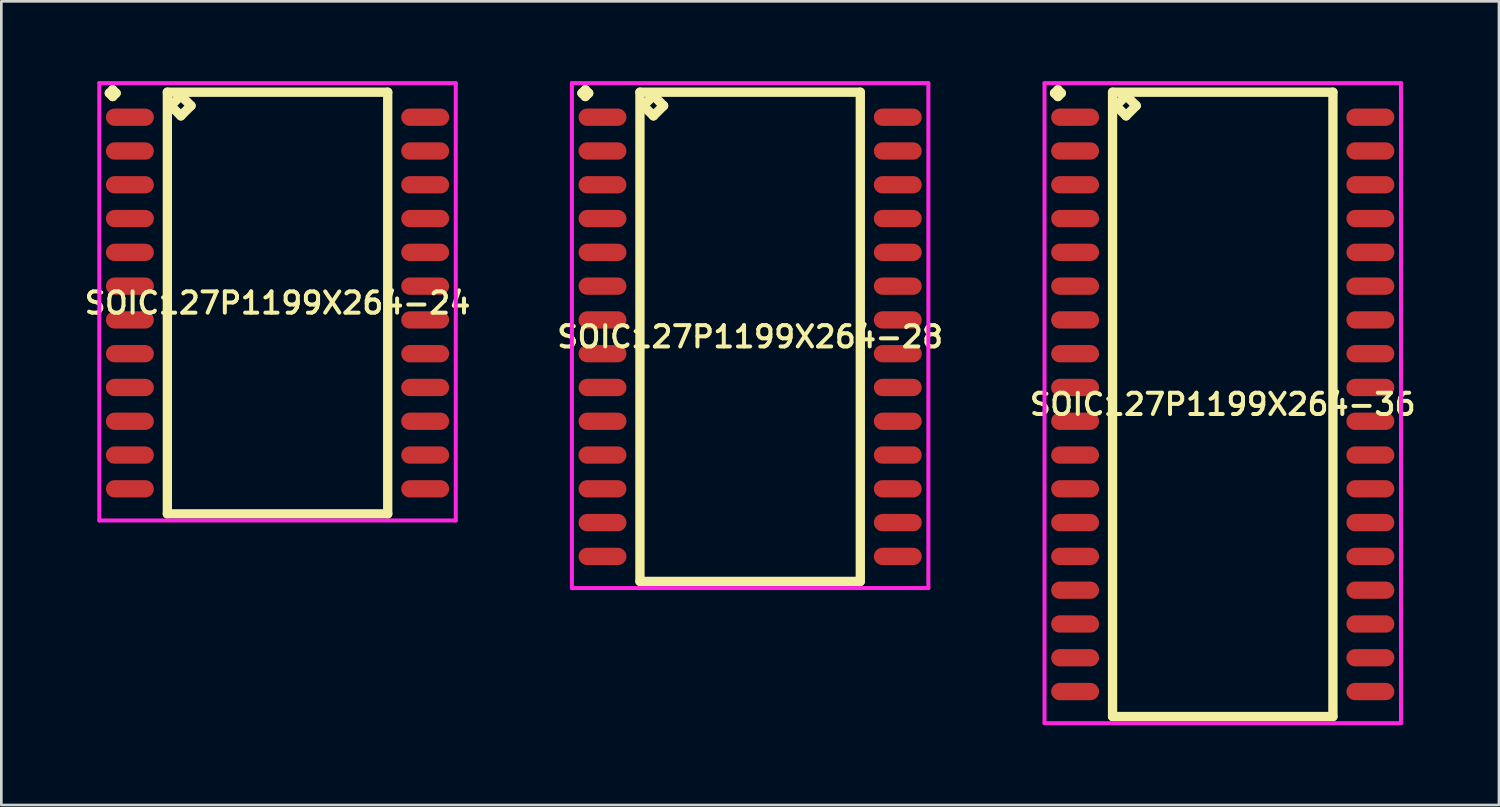
<source format=kicad_pcb>
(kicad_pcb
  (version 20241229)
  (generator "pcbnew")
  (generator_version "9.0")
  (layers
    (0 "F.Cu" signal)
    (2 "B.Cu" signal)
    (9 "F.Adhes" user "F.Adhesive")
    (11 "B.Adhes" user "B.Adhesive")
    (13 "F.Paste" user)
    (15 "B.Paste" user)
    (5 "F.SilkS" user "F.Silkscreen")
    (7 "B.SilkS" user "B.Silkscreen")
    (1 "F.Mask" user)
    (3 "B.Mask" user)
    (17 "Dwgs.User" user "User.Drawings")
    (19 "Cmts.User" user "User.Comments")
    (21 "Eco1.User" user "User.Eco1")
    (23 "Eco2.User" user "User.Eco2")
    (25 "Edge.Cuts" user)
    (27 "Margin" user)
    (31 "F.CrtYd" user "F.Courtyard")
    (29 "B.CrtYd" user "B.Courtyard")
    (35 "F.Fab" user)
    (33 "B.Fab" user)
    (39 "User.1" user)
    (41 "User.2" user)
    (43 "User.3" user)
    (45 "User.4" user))
  (footprint "SOIC127P1199X264-24"
    (layer "F.Cu")
    (at 7.383 8.341)
    (property "Reference" "SOIC127P1199X264-24" (at 0 0 0) (layer "F.SilkS") (effects (font (size 0.8 0.8) (thickness 0.15))))
    (attr through_hole)
    (fp_line (start -6.323 -7.889) (end -6.196 -8.016) (stroke (width 0.35) (type solid)) (layer "F.SilkS"))
    (fp_line (start -6.196 -8.016) (end -6.069 -7.889) (stroke (width 0.35) (type solid)) (layer "F.SilkS"))
    (fp_line (start -6.196 -7.762) (end -6.323 -7.889) (stroke (width 0.35) (type solid)) (layer "F.SilkS"))
    (fp_line (start -6.069 -7.889) (end -6.196 -7.762) (stroke (width 0.35) (type solid)) (layer "F.SilkS"))
    (fp_line (start -4.142 -7.925) (end -4.142 7.925) (stroke (width 0.35) (type solid)) (layer "F.SilkS"))
    (fp_line (start -4.142 7.925) (end 4.142 7.925) (stroke (width 0.35) (type solid)) (layer "F.SilkS"))
    (fp_line (start -4.015 -7.417) (end -3.634 -7.798) (stroke (width 0.35) (type solid)) (layer "F.SilkS"))
    (fp_line (start -3.634 -7.798) (end -3.253 -7.417) (stroke (width 0.35) (type solid)) (layer "F.SilkS"))
    (fp_line (start -3.634 -7.036) (end -4.015 -7.417) (stroke (width 0.35) (type solid)) (layer "F.SilkS"))
    (fp_line (start -3.253 -7.417) (end -3.634 -7.036) (stroke (width 0.35) (type solid)) (layer "F.SilkS"))
    (fp_line (start 4.142 -7.925) (end -4.142 -7.925) (stroke (width 0.35) (type solid)) (layer "F.SilkS"))
    (fp_line (start 4.142 7.925) (end 4.142 -7.925) (stroke (width 0.35) (type solid)) (layer "F.SilkS"))
    (fp_line (start -6.7 -8.266) (end 6.7 -8.266) (stroke (width 0.15) (type solid)) (layer "F.CrtYd"))
    (fp_line (start -6.7 8.175) (end -6.7 -8.266) (stroke (width 0.15) (type solid)) (layer "F.CrtYd"))
    (fp_line (start 6.7 -8.266) (end 6.7 8.175) (stroke (width 0.15) (type solid)) (layer "F.CrtYd"))
    (fp_line (start 6.7 8.175) (end -6.7 8.175) (stroke (width 0.15) (type solid)) (layer "F.CrtYd"))
    (pad "1" smd oval (at -5.55 -6.985) (size 1.8 0.65) (layers "F.Cu" "F.Mask" "F.Paste"))
    (pad "2" smd oval (at -5.55 -5.715) (size 1.8 0.65) (layers "F.Cu" "F.Mask" "F.Paste"))
    (pad "3" smd oval (at -5.55 -4.445) (size 1.8 0.65) (layers "F.Cu" "F.Mask" "F.Paste"))
    (pad "4" smd oval (at -5.55 -3.175) (size 1.8 0.65) (layers "F.Cu" "F.Mask" "F.Paste"))
    (pad "5" smd oval (at -5.55 -1.905) (size 1.8 0.65) (layers "F.Cu" "F.Mask" "F.Paste"))
    (pad "6" smd oval (at -5.55 -0.635) (size 1.8 0.65) (layers "F.Cu" "F.Mask" "F.Paste"))
    (pad "7" smd oval (at -5.55 0.635) (size 1.8 0.65) (layers "F.Cu" "F.Mask" "F.Paste"))
    (pad "8" smd oval (at -5.55 1.905) (size 1.8 0.65) (layers "F.Cu" "F.Mask" "F.Paste"))
    (pad "9" smd oval (at -5.55 3.175) (size 1.8 0.65) (layers "F.Cu" "F.Mask" "F.Paste"))
    (pad "10" smd oval (at -5.55 4.445) (size 1.8 0.65) (layers "F.Cu" "F.Mask" "F.Paste"))
    (pad "11" smd oval (at -5.55 5.715) (size 1.8 0.65) (layers "F.Cu" "F.Mask" "F.Paste"))
    (pad "12" smd oval (at -5.55 6.985) (size 1.8 0.65) (layers "F.Cu" "F.Mask" "F.Paste"))
    (pad "13" smd oval (at 5.55 6.985) (size 1.8 0.65) (layers "F.Cu" "F.Mask" "F.Paste"))
    (pad "14" smd oval (at 5.55 5.715) (size 1.8 0.65) (layers "F.Cu" "F.Mask" "F.Paste"))
    (pad "15" smd oval (at 5.55 4.445) (size 1.8 0.65) (layers "F.Cu" "F.Mask" "F.Paste"))
    (pad "16" smd oval (at 5.55 3.175) (size 1.8 0.65) (layers "F.Cu" "F.Mask" "F.Paste"))
    (pad "17" smd oval (at 5.55 1.905) (size 1.8 0.65) (layers "F.Cu" "F.Mask" "F.Paste"))
    (pad "18" smd oval (at 5.55 0.635) (size 1.8 0.65) (layers "F.Cu" "F.Mask" "F.Paste"))
    (pad "19" smd oval (at 5.55 -0.635) (size 1.8 0.65) (layers "F.Cu" "F.Mask" "F.Paste"))
    (pad "20" smd oval (at 5.55 -1.905) (size 1.8 0.65) (layers "F.Cu" "F.Mask" "F.Paste"))
    (pad "21" smd oval (at 5.55 -3.175) (size 1.8 0.65) (layers "F.Cu" "F.Mask" "F.Paste"))
    (pad "22" smd oval (at 5.55 -4.445) (size 1.8 0.65) (layers "F.Cu" "F.Mask" "F.Paste"))
    (pad "23" smd oval (at 5.55 -5.715) (size 1.8 0.65) (layers "F.Cu" "F.Mask" "F.Paste"))
    (pad "24" smd oval (at 5.55 -6.985) (size 1.8 0.65) (layers "F.Cu" "F.Mask" "F.Paste")))
  (footprint "SOIC127P1199X264-36"
    (layer "F.Cu")
    (at 42.915 12.151)
    (property "Reference" "SOIC127P1199X264-36" (at 0 0 0) (layer "F.SilkS") (effects (font (size 0.8 0.8) (thickness 0.15))))
    (attr smd)
    (fp_line (start -6.323 -11.699) (end -6.196 -11.826) (stroke (width 0.35) (type solid)) (layer "F.SilkS"))
    (fp_line (start -6.196 -11.826) (end -6.069 -11.699) (stroke (width 0.35) (type solid)) (layer "F.SilkS"))
    (fp_line (start -6.196 -11.572) (end -6.323 -11.699) (stroke (width 0.35) (type solid)) (layer "F.SilkS"))
    (fp_line (start -6.069 -11.699) (end -6.196 -11.572) (stroke (width 0.35) (type solid)) (layer "F.SilkS"))
    (fp_line (start -4.142 -11.735) (end -4.142 11.735) (stroke (width 0.35) (type solid)) (layer "F.SilkS"))
    (fp_line (start -4.142 11.735) (end 4.142 11.735) (stroke (width 0.35) (type solid)) (layer "F.SilkS"))
    (fp_line (start -4.015 -11.227) (end -3.634 -11.608) (stroke (width 0.35) (type solid)) (layer "F.SilkS"))
    (fp_line (start -3.634 -11.608) (end -3.253 -11.227) (stroke (width 0.35) (type solid)) (layer "F.SilkS"))
    (fp_line (start -3.634 -10.846) (end -4.015 -11.227) (stroke (width 0.35) (type solid)) (layer "F.SilkS"))
    (fp_line (start -3.253 -11.227) (end -3.634 -10.846) (stroke (width 0.35) (type solid)) (layer "F.SilkS"))
    (fp_line (start 4.142 -11.735) (end -4.142 -11.735) (stroke (width 0.35) (type solid)) (layer "F.SilkS"))
    (fp_line (start 4.142 11.735) (end 4.142 -11.735) (stroke (width 0.35) (type solid)) (layer "F.SilkS"))
    (fp_line (start -6.7 -12.076) (end 6.7 -12.076) (stroke (width 0.15) (type solid)) (layer "F.CrtYd"))
    (fp_line (start -6.7 11.985) (end -6.7 -12.076) (stroke (width 0.15) (type solid)) (layer "F.CrtYd"))
    (fp_line (start 6.7 -12.076) (end 6.7 11.985) (stroke (width 0.15) (type solid)) (layer "F.CrtYd"))
    (fp_line (start 6.7 11.985) (end -6.7 11.985) (stroke (width 0.15) (type solid)) (layer "F.CrtYd"))
    (pad "1" smd oval (at -5.55 -10.795) (size 1.8 0.65) (layers "F.Cu" "F.Mask" "F.Paste"))
    (pad "2" smd oval (at -5.55 -9.525) (size 1.8 0.65) (layers "F.Cu" "F.Mask" "F.Paste"))
    (pad "3" smd oval (at -5.55 -8.255) (size 1.8 0.65) (layers "F.Cu" "F.Mask" "F.Paste"))
    (pad "4" smd oval (at -5.55 -6.985) (size 1.8 0.65) (layers "F.Cu" "F.Mask" "F.Paste"))
    (pad "5" smd oval (at -5.55 -5.715) (size 1.8 0.65) (layers "F.Cu" "F.Mask" "F.Paste"))
    (pad "6" smd oval (at -5.55 -4.445) (size 1.8 0.65) (layers "F.Cu" "F.Mask" "F.Paste"))
    (pad "7" smd oval (at -5.55 -3.175) (size 1.8 0.65) (layers "F.Cu" "F.Mask" "F.Paste"))
    (pad "8" smd oval (at -5.55 -1.905) (size 1.8 0.65) (layers "F.Cu" "F.Mask" "F.Paste"))
    (pad "9" smd oval (at -5.55 -0.635) (size 1.8 0.65) (layers "F.Cu" "F.Mask" "F.Paste"))
    (pad "10" smd oval (at -5.55 0.635) (size 1.8 0.65) (layers "F.Cu" "F.Mask" "F.Paste"))
    (pad "11" smd oval (at -5.55 1.905) (size 1.8 0.65) (layers "F.Cu" "F.Mask" "F.Paste"))
    (pad "12" smd oval (at -5.55 3.175) (size 1.8 0.65) (layers "F.Cu" "F.Mask" "F.Paste"))
    (pad "13" smd oval (at -5.55 4.445) (size 1.8 0.65) (layers "F.Cu" "F.Mask" "F.Paste"))
    (pad "14" smd oval (at -5.55 5.715) (size 1.8 0.65) (layers "F.Cu" "F.Mask" "F.Paste"))
    (pad "15" smd oval (at -5.55 6.985) (size 1.8 0.65) (layers "F.Cu" "F.Mask" "F.Paste"))
    (pad "16" smd oval (at -5.55 8.255) (size 1.8 0.65) (layers "F.Cu" "F.Mask" "F.Paste"))
    (pad "17" smd oval (at -5.55 9.525) (size 1.8 0.65) (layers "F.Cu" "F.Mask" "F.Paste"))
    (pad "18" smd oval (at -5.55 10.795) (size 1.8 0.65) (layers "F.Cu" "F.Mask" "F.Paste"))
    (pad "19" smd oval (at 5.55 10.795) (size 1.8 0.65) (layers "F.Cu" "F.Mask" "F.Paste"))
    (pad "20" smd oval (at 5.55 9.525) (size 1.8 0.65) (layers "F.Cu" "F.Mask" "F.Paste"))
    (pad "21" smd oval (at 5.55 8.255) (size 1.8 0.65) (layers "F.Cu" "F.Mask" "F.Paste"))
    (pad "22" smd oval (at 5.55 6.985) (size 1.8 0.65) (layers "F.Cu" "F.Mask" "F.Paste"))
    (pad "23" smd oval (at 5.55 5.715) (size 1.8 0.65) (layers "F.Cu" "F.Mask" "F.Paste"))
    (pad "24" smd oval (at 5.55 4.445) (size 1.8 0.65) (layers "F.Cu" "F.Mask" "F.Paste"))
    (pad "25" smd oval (at 5.55 3.175) (size 1.8 0.65) (layers "F.Cu" "F.Mask" "F.Paste"))
    (pad "26" smd oval (at 5.55 1.905) (size 1.8 0.65) (layers "F.Cu" "F.Mask" "F.Paste"))
    (pad "27" smd oval (at 5.55 0.635) (size 1.8 0.65) (layers "F.Cu" "F.Mask" "F.Paste"))
    (pad "28" smd oval (at 5.55 -0.635) (size 1.8 0.65) (layers "F.Cu" "F.Mask" "F.Paste"))
    (pad "29" smd oval (at 5.55 -1.905) (size 1.8 0.65) (layers "F.Cu" "F.Mask" "F.Paste"))
    (pad "30" smd oval (at 5.55 -3.175) (size 1.8 0.65) (layers "F.Cu" "F.Mask" "F.Paste"))
    (pad "31" smd oval (at 5.55 -4.445) (size 1.8 0.65) (layers "F.Cu" "F.Mask" "F.Paste"))
    (pad "32" smd oval (at 5.55 -5.715) (size 1.8 0.65) (layers "F.Cu" "F.Mask" "F.Paste"))
    (pad "33" smd oval (at 5.55 -6.985) (size 1.8 0.65) (layers "F.Cu" "F.Mask" "F.Paste"))
    (pad "34" smd oval (at 5.55 -8.255) (size 1.8 0.65) (layers "F.Cu" "F.Mask" "F.Paste"))
    (pad "35" smd oval (at 5.55 -9.525) (size 1.8 0.65) (layers "F.Cu" "F.Mask" "F.Paste"))
    (pad "36" smd oval (at 5.55 -10.795) (size 1.8 0.65) (layers "F.Cu" "F.Mask" "F.Paste")))
  (footprint "SOIC127P1199X264-28"
    (layer "F.Cu")
    (at 25.149 9.611)
    (property "Reference" "SOIC127P1199X264-28" (at 0 0 0) (layer "F.SilkS") (effects (font (size 0.8 0.8) (thickness 0.15))))
    (attr smd)
    (fp_line (start -6.323 -9.159) (end -6.196 -9.286) (stroke (width 0.35) (type solid)) (layer "F.SilkS"))
    (fp_line (start -6.196 -9.286) (end -6.069 -9.159) (stroke (width 0.35) (type solid)) (layer "F.SilkS"))
    (fp_line (start -6.196 -9.032) (end -6.323 -9.159) (stroke (width 0.35) (type solid)) (layer "F.SilkS"))
    (fp_line (start -6.069 -9.159) (end -6.196 -9.032) (stroke (width 0.35) (type solid)) (layer "F.SilkS"))
    (fp_line (start -4.142 -9.195) (end -4.142 9.195) (stroke (width 0.35) (type solid)) (layer "F.SilkS"))
    (fp_line (start -4.142 9.195) (end 4.142 9.195) (stroke (width 0.35) (type solid)) (layer "F.SilkS"))
    (fp_line (start -4.015 -8.687) (end -3.634 -9.068) (stroke (width 0.35) (type solid)) (layer "F.SilkS"))
    (fp_line (start -3.634 -9.068) (end -3.253 -8.687) (stroke (width 0.35) (type solid)) (layer "F.SilkS"))
    (fp_line (start -3.634 -8.306) (end -4.015 -8.687) (stroke (width 0.35) (type solid)) (layer "F.SilkS"))
    (fp_line (start -3.253 -8.687) (end -3.634 -8.306) (stroke (width 0.35) (type solid)) (layer "F.SilkS"))
    (fp_line (start 4.142 -9.195) (end -4.142 -9.195) (stroke (width 0.35) (type solid)) (layer "F.SilkS"))
    (fp_line (start 4.142 9.195) (end 4.142 -9.195) (stroke (width 0.35) (type solid)) (layer "F.SilkS"))
    (fp_line (start -6.7 -9.536) (end 6.7 -9.536) (stroke (width 0.15) (type solid)) (layer "F.CrtYd"))
    (fp_line (start -6.7 9.445) (end -6.7 -9.536) (stroke (width 0.15) (type solid)) (layer "F.CrtYd"))
    (fp_line (start 6.7 -9.536) (end 6.7 9.445) (stroke (width 0.15) (type solid)) (layer "F.CrtYd"))
    (fp_line (start 6.7 9.445) (end -6.7 9.445) (stroke (width 0.15) (type solid)) (layer "F.CrtYd"))
    (pad "1" smd oval (at -5.55 -8.255) (size 1.8 0.65) (layers "F.Cu" "F.Mask" "F.Paste"))
    (pad "2" smd oval (at -5.55 -6.985) (size 1.8 0.65) (layers "F.Cu" "F.Mask" "F.Paste"))
    (pad "3" smd oval (at -5.55 -5.715) (size 1.8 0.65) (layers "F.Cu" "F.Mask" "F.Paste"))
    (pad "4" smd oval (at -5.55 -4.445) (size 1.8 0.65) (layers "F.Cu" "F.Mask" "F.Paste"))
    (pad "5" smd oval (at -5.55 -3.175) (size 1.8 0.65) (layers "F.Cu" "F.Mask" "F.Paste"))
    (pad "6" smd oval (at -5.55 -1.905) (size 1.8 0.65) (layers "F.Cu" "F.Mask" "F.Paste"))
    (pad "7" smd oval (at -5.55 -0.635) (size 1.8 0.65) (layers "F.Cu" "F.Mask" "F.Paste"))
    (pad "8" smd oval (at -5.55 0.635) (size 1.8 0.65) (layers "F.Cu" "F.Mask" "F.Paste"))
    (pad "9" smd oval (at -5.55 1.905) (size 1.8 0.65) (layers "F.Cu" "F.Mask" "F.Paste"))
    (pad "10" smd oval (at -5.55 3.175) (size 1.8 0.65) (layers "F.Cu" "F.Mask" "F.Paste"))
    (pad "11" smd oval (at -5.55 4.445) (size 1.8 0.65) (layers "F.Cu" "F.Mask" "F.Paste"))
    (pad "12" smd oval (at -5.55 5.715) (size 1.8 0.65) (layers "F.Cu" "F.Mask" "F.Paste"))
    (pad "13" smd oval (at -5.55 6.985) (size 1.8 0.65) (layers "F.Cu" "F.Mask" "F.Paste"))
    (pad "14" smd oval (at -5.55 8.255) (size 1.8 0.65) (layers "F.Cu" "F.Mask" "F.Paste"))
    (pad "15" smd oval (at 5.55 8.255) (size 1.8 0.65) (layers "F.Cu" "F.Mask" "F.Paste"))
    (pad "16" smd oval (at 5.55 6.985) (size 1.8 0.65) (layers "F.Cu" "F.Mask" "F.Paste"))
    (pad "17" smd oval (at 5.55 5.715) (size 1.8 0.65) (layers "F.Cu" "F.Mask" "F.Paste"))
    (pad "18" smd oval (at 5.55 4.445) (size 1.8 0.65) (layers "F.Cu" "F.Mask" "F.Paste"))
    (pad "19" smd oval (at 5.55 3.175) (size 1.8 0.65) (layers "F.Cu" "F.Mask" "F.Paste"))
    (pad "20" smd oval (at 5.55 1.905) (size 1.8 0.65) (layers "F.Cu" "F.Mask" "F.Paste"))
    (pad "21" smd oval (at 5.55 0.635) (size 1.8 0.65) (layers "F.Cu" "F.Mask" "F.Paste"))
    (pad "22" smd oval (at 5.55 -0.635) (size 1.8 0.65) (layers "F.Cu" "F.Mask" "F.Paste"))
    (pad "23" smd oval (at 5.55 -1.905) (size 1.8 0.65) (layers "F.Cu" "F.Mask" "F.Paste"))
    (pad "24" smd oval (at 5.55 -3.175) (size 1.8 0.65) (layers "F.Cu" "F.Mask" "F.Paste"))
    (pad "25" smd oval (at 5.55 -4.445) (size 1.8 0.65) (layers "F.Cu" "F.Mask" "F.Paste"))
    (pad "26" smd oval (at 5.55 -5.715) (size 1.8 0.65) (layers "F.Cu" "F.Mask" "F.Paste"))
    (pad "27" smd oval (at 5.55 -6.985) (size 1.8 0.65) (layers "F.Cu" "F.Mask" "F.Paste"))
    (pad "28" smd oval (at 5.55 -8.255) (size 1.8 0.65) (layers "F.Cu" "F.Mask" "F.Paste")))
  (gr_rect
    (start -3 -3)
    (end 53.299 27.211)
    (stroke (width 0.1) (type default))
    (fill no)
    (layer "Edge.Cuts")))
</source>
